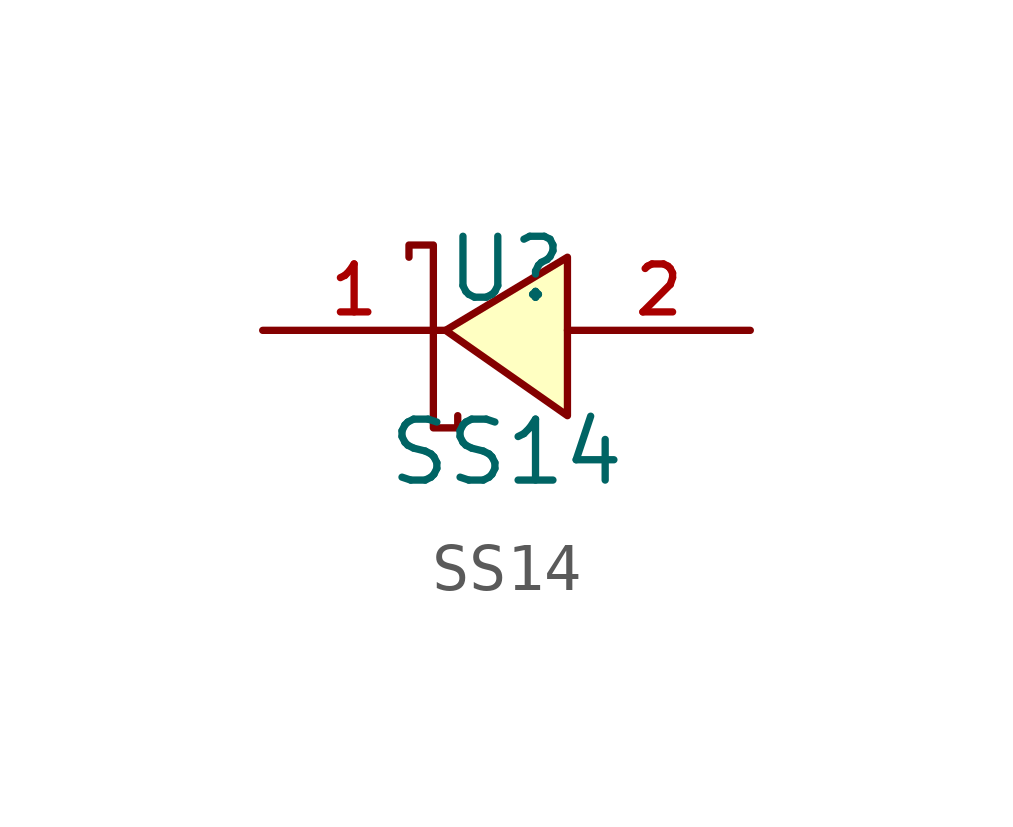
<source format=kicad_sym>
(kicad_symbol_lib
  (version 20210201)
  (generator TousstNicolas/JLC2KiCad_lib)
  (symbol "SS14"
    (pin_names hide)
    (property "Reference" "U"
      (at 0 1.27 0)
      (effects (font (size 1.27 1.27))))
    (property "Value" "SS14"
      (at 0 -2.54 0)
      (effects (font (size 1.27 1.27))))
    (symbol "SS14_0_1"
      (pin unspecified line (at 5.08 -0.0 180) (length 3.81) (name "A" (effects (font (size 1 1)))) (number "2" (effects (font (size 1 1)))))
      (pin unspecified line (at -5.08 -0.0 0) (length 3.81) (name "K" (effects (font (size 1 1)))) (number "1" (effects (font (size 1 1)))))
      (polyline (pts (xy -2.032 1.524) (xy -2.032 1.778) (xy -1.524 1.778) (xy -1.524 -2.032) (xy -1.016 -2.032) (xy -1.016 -1.778)) (stroke (width 0) (type default) (color 0 0 0 0)) (fill (type none)))
      (polyline (pts (xy 1.27 1.524) (xy -1.27 -0.0) (xy 1.27 -1.778) (xy 1.27 1.524)) (stroke (width 0) (type default) (color 0 0 0 0)) (fill (type background))))))
</source>
